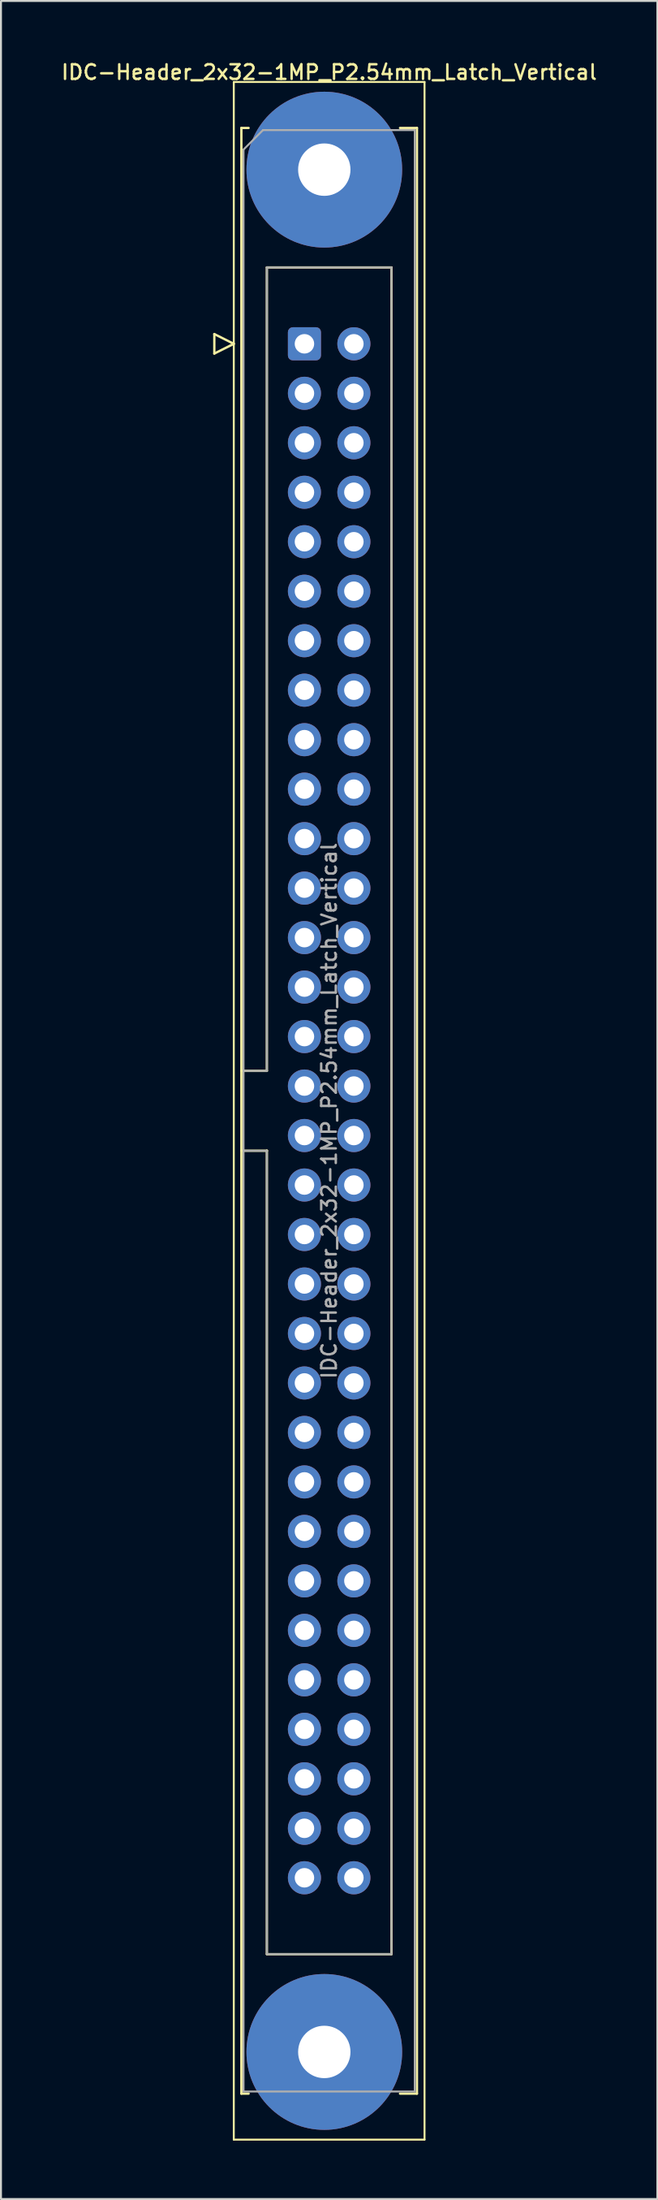
<source format=kicad_pcb>
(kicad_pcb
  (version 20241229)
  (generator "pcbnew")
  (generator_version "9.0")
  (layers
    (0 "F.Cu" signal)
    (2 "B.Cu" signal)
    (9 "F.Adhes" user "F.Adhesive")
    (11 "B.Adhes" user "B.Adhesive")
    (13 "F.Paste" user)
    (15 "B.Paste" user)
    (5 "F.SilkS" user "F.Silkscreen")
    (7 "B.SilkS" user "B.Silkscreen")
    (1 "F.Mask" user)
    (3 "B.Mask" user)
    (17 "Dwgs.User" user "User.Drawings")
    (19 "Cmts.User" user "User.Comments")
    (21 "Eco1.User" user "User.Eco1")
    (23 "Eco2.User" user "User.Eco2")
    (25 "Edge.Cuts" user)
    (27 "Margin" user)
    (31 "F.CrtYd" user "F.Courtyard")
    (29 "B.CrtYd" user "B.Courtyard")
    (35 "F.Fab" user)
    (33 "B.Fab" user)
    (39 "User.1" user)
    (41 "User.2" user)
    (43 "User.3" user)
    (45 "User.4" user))
  (footprint "IDC-Header_2x32-1MP_P2.54mm_Latch_Vertical"
    (layer "F.Cu")
    (at 12.592 14.598)
    (property "Reference" "IDC-Header_2x32-1MP_P2.54mm_Latch_Vertical" (at 1.27 -13.94 0) (layer "F.SilkS") (effects (font (size 0.75 0.75) (thickness 0.125))))
    (attr through_hole)
    (fp_line (start -4.63 -0.5) (end -4.63 0.5) (stroke (width 0.12) (type solid)) (layer "F.SilkS"))
    (fp_line (start -4.63 0.5) (end -3.63 0) (stroke (width 0.12) (type solid)) (layer "F.SilkS"))
    (fp_line (start -3.63 -13.44) (end -3.63 92.18) (stroke (width 0.1) (type solid)) (layer "F.SilkS"))
    (fp_line (start -3.63 0) (end -4.63 -0.5) (stroke (width 0.12) (type solid)) (layer "F.SilkS"))
    (fp_line (start -3.63 92.18) (end 6.17 92.18) (stroke (width 0.1) (type solid)) (layer "F.SilkS"))
    (fp_line (start -3.24 -11.08) (end -3.24 89.82) (stroke (width 0.12) (type solid)) (layer "F.SilkS"))
    (fp_line (start -3.24 37.32) (end -1.93 37.32) (stroke (width 0.12) (type solid)) (layer "F.SilkS"))
    (fp_line (start -3.24 89.82) (end -2.87 89.82) (stroke (width 0.12) (type solid)) (layer "F.SilkS"))
    (fp_line (start -2.87 -11.08) (end -3.24 -11.08) (stroke (width 0.12) (type solid)) (layer "F.SilkS"))
    (fp_line (start -1.93 -3.92) (end 4.47 -3.92) (stroke (width 0.12) (type solid)) (layer "F.SilkS"))
    (fp_line (start -1.93 37.32) (end -1.93 -3.92) (stroke (width 0.12) (type solid)) (layer "F.SilkS"))
    (fp_line (start -1.93 41.42) (end -3.24 41.42) (stroke (width 0.12) (type solid)) (layer "F.SilkS"))
    (fp_line (start -1.93 41.42) (end -1.93 41.42) (stroke (width 0.12) (type solid)) (layer "F.SilkS"))
    (fp_line (start -1.93 82.66) (end -1.93 41.42) (stroke (width 0.12) (type solid)) (layer "F.SilkS"))
    (fp_line (start 4.47 -3.92) (end 4.47 82.66) (stroke (width 0.12) (type solid)) (layer "F.SilkS"))
    (fp_line (start 4.47 82.66) (end -1.93 82.66) (stroke (width 0.12) (type solid)) (layer "F.SilkS"))
    (fp_line (start 4.91 -11.08) (end 5.78 -11.08) (stroke (width 0.12) (type solid)) (layer "F.SilkS"))
    (fp_line (start 5.78 -11.08) (end 5.78 89.82) (stroke (width 0.12) (type solid)) (layer "F.SilkS"))
    (fp_line (start 5.78 89.82) (end 4.91 89.82) (stroke (width 0.12) (type solid)) (layer "F.SilkS"))
    (fp_line (start 6.17 -13.44) (end -3.63 -13.44) (stroke (width 0.1) (type solid)) (layer "F.SilkS"))
    (fp_line (start 6.17 92.18) (end 6.17 -13.44) (stroke (width 0.1) (type solid)) (layer "F.SilkS"))
    (fp_line (start -3.13 -9.97) (end -2.13 -10.97) (stroke (width 0.1) (type solid)) (layer "F.Fab"))
    (fp_line (start -3.13 37.32) (end -1.93 37.32) (stroke (width 0.1) (type solid)) (layer "F.Fab"))
    (fp_line (start -3.13 89.71) (end -3.13 -9.97) (stroke (width 0.1) (type solid)) (layer "F.Fab"))
    (fp_line (start -2.13 -10.97) (end 5.67 -10.97) (stroke (width 0.1) (type solid)) (layer "F.Fab"))
    (fp_line (start -1.93 -3.92) (end 4.47 -3.92) (stroke (width 0.1) (type solid)) (layer "F.Fab"))
    (fp_line (start -1.93 37.32) (end -1.93 -3.92) (stroke (width 0.1) (type solid)) (layer "F.Fab"))
    (fp_line (start -1.93 41.42) (end -3.13 41.42) (stroke (width 0.1) (type solid)) (layer "F.Fab"))
    (fp_line (start -1.93 41.42) (end -1.93 41.42) (stroke (width 0.1) (type solid)) (layer "F.Fab"))
    (fp_line (start -1.93 82.66) (end -1.93 41.42) (stroke (width 0.1) (type solid)) (layer "F.Fab"))
    (fp_line (start 4.47 -3.92) (end 4.47 82.66) (stroke (width 0.1) (type solid)) (layer "F.Fab"))
    (fp_line (start 4.47 82.66) (end -1.93 82.66) (stroke (width 0.1) (type solid)) (layer "F.Fab"))
    (fp_line (start 5.67 -10.97) (end 5.67 89.71) (stroke (width 0.1) (type solid)) (layer "F.Fab"))
    (fp_line (start 5.67 89.71) (end -3.13 89.71) (stroke (width 0.1) (type solid)) (layer "F.Fab"))
    (fp_text user "${REFERENCE}" (at 1.27 39.37 90) (layer "F.Fab") (effects (font (size 0.75 0.75) (thickness 0.125))))
    (pad "1" thru_hole roundrect (at 0 0) (size 1.7 1.7) (drill 1) (layers "*.Cu" "*.Mask") (roundrect_rratio 0.147))
    (pad "2" thru_hole circle (at 2.54 0) (size 1.7 1.7) (drill 1) (layers "*.Cu" "*.Mask"))
    (pad "3" thru_hole circle (at 0 2.54) (size 1.7 1.7) (drill 1) (layers "*.Cu" "*.Mask"))
    (pad "4" thru_hole circle (at 2.54 2.54) (size 1.7 1.7) (drill 1) (layers "*.Cu" "*.Mask"))
    (pad "5" thru_hole circle (at 0 5.08) (size 1.7 1.7) (drill 1) (layers "*.Cu" "*.Mask"))
    (pad "6" thru_hole circle (at 2.54 5.08) (size 1.7 1.7) (drill 1) (layers "*.Cu" "*.Mask"))
    (pad "7" thru_hole circle (at 0 7.62) (size 1.7 1.7) (drill 1) (layers "*.Cu" "*.Mask"))
    (pad "8" thru_hole circle (at 2.54 7.62) (size 1.7 1.7) (drill 1) (layers "*.Cu" "*.Mask"))
    (pad "9" thru_hole circle (at 0 10.16) (size 1.7 1.7) (drill 1) (layers "*.Cu" "*.Mask"))
    (pad "10" thru_hole circle (at 2.54 10.16) (size 1.7 1.7) (drill 1) (layers "*.Cu" "*.Mask"))
    (pad "11" thru_hole circle (at 0 12.7) (size 1.7 1.7) (drill 1) (layers "*.Cu" "*.Mask"))
    (pad "12" thru_hole circle (at 2.54 12.7) (size 1.7 1.7) (drill 1) (layers "*.Cu" "*.Mask"))
    (pad "13" thru_hole circle (at 0 15.24) (size 1.7 1.7) (drill 1) (layers "*.Cu" "*.Mask"))
    (pad "14" thru_hole circle (at 2.54 15.24) (size 1.7 1.7) (drill 1) (layers "*.Cu" "*.Mask"))
    (pad "15" thru_hole circle (at 0 17.78) (size 1.7 1.7) (drill 1) (layers "*.Cu" "*.Mask"))
    (pad "16" thru_hole circle (at 2.54 17.78) (size 1.7 1.7) (drill 1) (layers "*.Cu" "*.Mask"))
    (pad "17" thru_hole circle (at 0 20.32) (size 1.7 1.7) (drill 1) (layers "*.Cu" "*.Mask"))
    (pad "18" thru_hole circle (at 2.54 20.32) (size 1.7 1.7) (drill 1) (layers "*.Cu" "*.Mask"))
    (pad "19" thru_hole circle (at 0 22.86) (size 1.7 1.7) (drill 1) (layers "*.Cu" "*.Mask"))
    (pad "20" thru_hole circle (at 2.54 22.86) (size 1.7 1.7) (drill 1) (layers "*.Cu" "*.Mask"))
    (pad "21" thru_hole circle (at 0 25.4) (size 1.7 1.7) (drill 1) (layers "*.Cu" "*.Mask"))
    (pad "22" thru_hole circle (at 2.54 25.4) (size 1.7 1.7) (drill 1) (layers "*.Cu" "*.Mask"))
    (pad "23" thru_hole circle (at 0 27.94) (size 1.7 1.7) (drill 1) (layers "*.Cu" "*.Mask"))
    (pad "24" thru_hole circle (at 2.54 27.94) (size 1.7 1.7) (drill 1) (layers "*.Cu" "*.Mask"))
    (pad "25" thru_hole circle (at 0 30.48) (size 1.7 1.7) (drill 1) (layers "*.Cu" "*.Mask"))
    (pad "26" thru_hole circle (at 2.54 30.48) (size 1.7 1.7) (drill 1) (layers "*.Cu" "*.Mask"))
    (pad "27" thru_hole circle (at 0 33.02) (size 1.7 1.7) (drill 1) (layers "*.Cu" "*.Mask"))
    (pad "28" thru_hole circle (at 2.54 33.02) (size 1.7 1.7) (drill 1) (layers "*.Cu" "*.Mask"))
    (pad "29" thru_hole circle (at 0 35.56) (size 1.7 1.7) (drill 1) (layers "*.Cu" "*.Mask"))
    (pad "30" thru_hole circle (at 2.54 35.56) (size 1.7 1.7) (drill 1) (layers "*.Cu" "*.Mask"))
    (pad "31" thru_hole circle (at 0 38.1) (size 1.7 1.7) (drill 1) (layers "*.Cu" "*.Mask"))
    (pad "32" thru_hole circle (at 2.54 38.1) (size 1.7 1.7) (drill 1) (layers "*.Cu" "*.Mask"))
    (pad "33" thru_hole circle (at 0 40.64) (size 1.7 1.7) (drill 1) (layers "*.Cu" "*.Mask"))
    (pad "34" thru_hole circle (at 2.54 40.64) (size 1.7 1.7) (drill 1) (layers "*.Cu" "*.Mask"))
    (pad "35" thru_hole circle (at 0 43.18) (size 1.7 1.7) (drill 1) (layers "*.Cu" "*.Mask"))
    (pad "36" thru_hole circle (at 2.54 43.18) (size 1.7 1.7) (drill 1) (layers "*.Cu" "*.Mask"))
    (pad "37" thru_hole circle (at 0 45.72) (size 1.7 1.7) (drill 1) (layers "*.Cu" "*.Mask"))
    (pad "38" thru_hole circle (at 2.54 45.72) (size 1.7 1.7) (drill 1) (layers "*.Cu" "*.Mask"))
    (pad "39" thru_hole circle (at 0 48.26) (size 1.7 1.7) (drill 1) (layers "*.Cu" "*.Mask"))
    (pad "40" thru_hole circle (at 2.54 48.26) (size 1.7 1.7) (drill 1) (layers "*.Cu" "*.Mask"))
    (pad "41" thru_hole circle (at 0 50.8) (size 1.7 1.7) (drill 1) (layers "*.Cu" "*.Mask"))
    (pad "42" thru_hole circle (at 2.54 50.8) (size 1.7 1.7) (drill 1) (layers "*.Cu" "*.Mask"))
    (pad "43" thru_hole circle (at 0 53.34) (size 1.7 1.7) (drill 1) (layers "*.Cu" "*.Mask"))
    (pad "44" thru_hole circle (at 2.54 53.34) (size 1.7 1.7) (drill 1) (layers "*.Cu" "*.Mask"))
    (pad "45" thru_hole circle (at 0 55.88) (size 1.7 1.7) (drill 1) (layers "*.Cu" "*.Mask"))
    (pad "46" thru_hole circle (at 2.54 55.88) (size 1.7 1.7) (drill 1) (layers "*.Cu" "*.Mask"))
    (pad "47" thru_hole circle (at 0 58.42) (size 1.7 1.7) (drill 1) (layers "*.Cu" "*.Mask"))
    (pad "48" thru_hole circle (at 2.54 58.42) (size 1.7 1.7) (drill 1) (layers "*.Cu" "*.Mask"))
    (pad "49" thru_hole circle (at 0 60.96) (size 1.7 1.7) (drill 1) (layers "*.Cu" "*.Mask"))
    (pad "50" thru_hole circle (at 2.54 60.96) (size 1.7 1.7) (drill 1) (layers "*.Cu" "*.Mask"))
    (pad "51" thru_hole circle (at 0 63.5) (size 1.7 1.7) (drill 1) (layers "*.Cu" "*.Mask"))
    (pad "52" thru_hole circle (at 2.54 63.5) (size 1.7 1.7) (drill 1) (layers "*.Cu" "*.Mask"))
    (pad "53" thru_hole circle (at 0 66.04) (size 1.7 1.7) (drill 1) (layers "*.Cu" "*.Mask"))
    (pad "54" thru_hole circle (at 2.54 66.04) (size 1.7 1.7) (drill 1) (layers "*.Cu" "*.Mask"))
    (pad "55" thru_hole circle (at 0 68.58) (size 1.7 1.7) (drill 1) (layers "*.Cu" "*.Mask"))
    (pad "56" thru_hole circle (at 2.54 68.58) (size 1.7 1.7) (drill 1) (layers "*.Cu" "*.Mask"))
    (pad "57" thru_hole circle (at 0 71.12) (size 1.7 1.7) (drill 1) (layers "*.Cu" "*.Mask"))
    (pad "58" thru_hole circle (at 2.54 71.12) (size 1.7 1.7) (drill 1) (layers "*.Cu" "*.Mask"))
    (pad "59" thru_hole circle (at 0 73.66) (size 1.7 1.7) (drill 1) (layers "*.Cu" "*.Mask"))
    (pad "60" thru_hole circle (at 2.54 73.66) (size 1.7 1.7) (drill 1) (layers "*.Cu" "*.Mask"))
    (pad "61" thru_hole circle (at 0 76.2) (size 1.7 1.7) (drill 1) (layers "*.Cu" "*.Mask"))
    (pad "62" thru_hole circle (at 2.54 76.2) (size 1.7 1.7) (drill 1) (layers "*.Cu" "*.Mask"))
    (pad "63" thru_hole circle (at 0 78.74) (size 1.7 1.7) (drill 1) (layers "*.Cu" "*.Mask"))
    (pad "64" thru_hole circle (at 2.54 78.74) (size 1.7 1.7) (drill 1) (layers "*.Cu" "*.Mask"))
    (pad "MP" thru_hole circle (at 1.02 -8.94) (size 8 8) (drill 2.69) (layers "*.Cu" "*.Mask"))
    (pad "MP" thru_hole circle (at 1.02 87.68) (size 8 8) (drill 2.69) (layers "*.Cu" "*.Mask")))
  (gr_rect
    (start -3 -3)
    (end 30.725 109.828)
    (stroke (width 0.1) (type default))
    (fill no)
    (layer "Edge.Cuts")))
</source>
